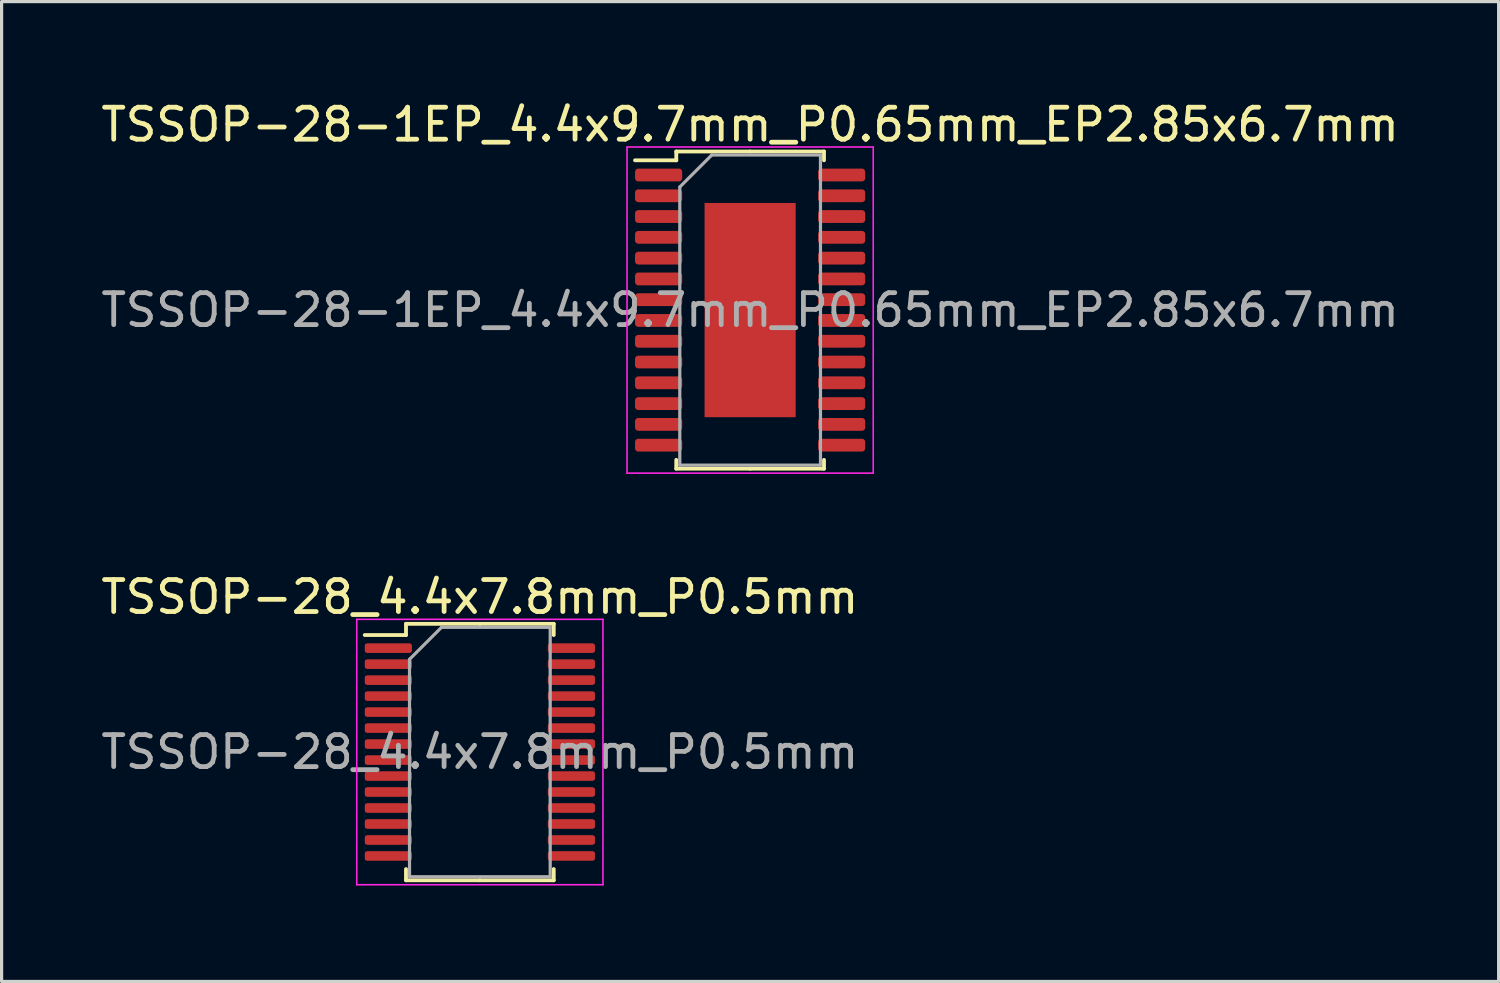
<source format=kicad_pcb>
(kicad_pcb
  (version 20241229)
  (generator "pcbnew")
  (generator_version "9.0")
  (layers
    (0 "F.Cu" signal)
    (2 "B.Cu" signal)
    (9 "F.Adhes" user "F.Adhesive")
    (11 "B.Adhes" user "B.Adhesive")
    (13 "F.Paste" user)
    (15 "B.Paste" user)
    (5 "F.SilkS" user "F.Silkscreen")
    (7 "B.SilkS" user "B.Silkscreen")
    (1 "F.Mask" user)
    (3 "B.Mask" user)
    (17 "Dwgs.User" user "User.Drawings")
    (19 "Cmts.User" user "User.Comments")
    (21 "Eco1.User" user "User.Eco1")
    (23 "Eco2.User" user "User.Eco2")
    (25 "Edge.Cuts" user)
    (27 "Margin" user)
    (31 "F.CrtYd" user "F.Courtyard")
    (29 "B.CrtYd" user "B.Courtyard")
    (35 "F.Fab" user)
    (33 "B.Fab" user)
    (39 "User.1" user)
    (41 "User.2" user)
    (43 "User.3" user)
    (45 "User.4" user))
  (footprint "TSSOP-28-1EP_4.4x9.7mm_P0.65mm_EP2.85x6.7mm"
    (layer "F.Cu")
    (at 20.411 6.648)
    (property "Reference" "TSSOP-28-1EP_4.4x9.7mm_P0.65mm_EP2.85x6.7mm" (at 0 -5.8 0) (layer "F.SilkS") (effects (font (size 1 1) (thickness 0.15))))
    (attr smd)
    (fp_line (start -2.31 -4.96) (end -2.31 -4.685) (stroke (width 0.12) (type solid)) (layer "F.SilkS"))
    (fp_line (start -2.31 -4.685) (end -3.6 -4.685) (stroke (width 0.12) (type solid)) (layer "F.SilkS"))
    (fp_line (start -2.31 4.96) (end -2.31 4.685) (stroke (width 0.12) (type solid)) (layer "F.SilkS"))
    (fp_line (start 0 -4.96) (end -2.31 -4.96) (stroke (width 0.12) (type solid)) (layer "F.SilkS"))
    (fp_line (start 0 -4.96) (end 2.31 -4.96) (stroke (width 0.12) (type solid)) (layer "F.SilkS"))
    (fp_line (start 0 4.96) (end -2.31 4.96) (stroke (width 0.12) (type solid)) (layer "F.SilkS"))
    (fp_line (start 0 4.96) (end 2.31 4.96) (stroke (width 0.12) (type solid)) (layer "F.SilkS"))
    (fp_line (start 2.31 -4.96) (end 2.31 -4.685) (stroke (width 0.12) (type solid)) (layer "F.SilkS"))
    (fp_line (start 2.31 4.96) (end 2.31 4.685) (stroke (width 0.12) (type solid)) (layer "F.SilkS"))
    (fp_line (start -3.85 -5.1) (end -3.85 5.1) (stroke (width 0.05) (type solid)) (layer "F.CrtYd"))
    (fp_line (start -3.85 5.1) (end 3.85 5.1) (stroke (width 0.05) (type solid)) (layer "F.CrtYd"))
    (fp_line (start 3.85 -5.1) (end -3.85 -5.1) (stroke (width 0.05) (type solid)) (layer "F.CrtYd"))
    (fp_line (start 3.85 5.1) (end 3.85 -5.1) (stroke (width 0.05) (type solid)) (layer "F.CrtYd"))
    (fp_line (start -2.2 -3.85) (end -1.2 -4.85) (stroke (width 0.1) (type solid)) (layer "F.Fab"))
    (fp_line (start -2.2 4.85) (end -2.2 -3.85) (stroke (width 0.1) (type solid)) (layer "F.Fab"))
    (fp_line (start -1.2 -4.85) (end 2.2 -4.85) (stroke (width 0.1) (type solid)) (layer "F.Fab"))
    (fp_line (start 2.2 -4.85) (end 2.2 4.85) (stroke (width 0.1) (type solid)) (layer "F.Fab"))
    (fp_line (start 2.2 4.85) (end -2.2 4.85) (stroke (width 0.1) (type solid)) (layer "F.Fab"))
    (fp_text user "${REFERENCE}" (at 0 0 0) (layer "F.Fab") (effects (font (size 1 1) (thickness 0.15))))
    (pad "" smd roundrect (at -0.71 -2.23) (size 1.15 1.8) (layers "F.Paste") (roundrect_rratio 0.217))
    (pad "" smd roundrect (at -0.71 0) (size 1.15 1.8) (layers "F.Paste") (roundrect_rratio 0.217))
    (pad "" smd roundrect (at -0.71 2.23) (size 1.15 1.8) (layers "F.Paste") (roundrect_rratio 0.217))
    (pad "" smd roundrect (at 0.71 -2.23) (size 1.15 1.8) (layers "F.Paste") (roundrect_rratio 0.217))
    (pad "" smd roundrect (at 0.71 0) (size 1.15 1.8) (layers "F.Paste") (roundrect_rratio 0.217))
    (pad "" smd roundrect (at 0.71 2.23) (size 1.15 1.8) (layers "F.Paste") (roundrect_rratio 0.217))
    (pad "1" smd roundrect (at -2.862 -4.225) (size 1.475 0.4) (layers "F.Cu" "F.Mask" "F.Paste") (roundrect_rratio 0.25))
    (pad "2" smd roundrect (at -2.862 -3.575) (size 1.475 0.4) (layers "F.Cu" "F.Mask" "F.Paste") (roundrect_rratio 0.25))
    (pad "3" smd roundrect (at -2.862 -2.925) (size 1.475 0.4) (layers "F.Cu" "F.Mask" "F.Paste") (roundrect_rratio 0.25))
    (pad "4" smd roundrect (at -2.862 -2.275) (size 1.475 0.4) (layers "F.Cu" "F.Mask" "F.Paste") (roundrect_rratio 0.25))
    (pad "5" smd roundrect (at -2.862 -1.625) (size 1.475 0.4) (layers "F.Cu" "F.Mask" "F.Paste") (roundrect_rratio 0.25))
    (pad "6" smd roundrect (at -2.862 -0.975) (size 1.475 0.4) (layers "F.Cu" "F.Mask" "F.Paste") (roundrect_rratio 0.25))
    (pad "7" smd roundrect (at -2.862 -0.325) (size 1.475 0.4) (layers "F.Cu" "F.Mask" "F.Paste") (roundrect_rratio 0.25))
    (pad "8" smd roundrect (at -2.862 0.325) (size 1.475 0.4) (layers "F.Cu" "F.Mask" "F.Paste") (roundrect_rratio 0.25))
    (pad "9" smd roundrect (at -2.862 0.975) (size 1.475 0.4) (layers "F.Cu" "F.Mask" "F.Paste") (roundrect_rratio 0.25))
    (pad "10" smd roundrect (at -2.862 1.625) (size 1.475 0.4) (layers "F.Cu" "F.Mask" "F.Paste") (roundrect_rratio 0.25))
    (pad "11" smd roundrect (at -2.862 2.275) (size 1.475 0.4) (layers "F.Cu" "F.Mask" "F.Paste") (roundrect_rratio 0.25))
    (pad "12" smd roundrect (at -2.862 2.925) (size 1.475 0.4) (layers "F.Cu" "F.Mask" "F.Paste") (roundrect_rratio 0.25))
    (pad "13" smd roundrect (at -2.862 3.575) (size 1.475 0.4) (layers "F.Cu" "F.Mask" "F.Paste") (roundrect_rratio 0.25))
    (pad "14" smd roundrect (at -2.862 4.225) (size 1.475 0.4) (layers "F.Cu" "F.Mask" "F.Paste") (roundrect_rratio 0.25))
    (pad "15" smd roundrect (at 2.862 4.225) (size 1.475 0.4) (layers "F.Cu" "F.Mask" "F.Paste") (roundrect_rratio 0.25))
    (pad "16" smd roundrect (at 2.862 3.575) (size 1.475 0.4) (layers "F.Cu" "F.Mask" "F.Paste") (roundrect_rratio 0.25))
    (pad "17" smd roundrect (at 2.862 2.925) (size 1.475 0.4) (layers "F.Cu" "F.Mask" "F.Paste") (roundrect_rratio 0.25))
    (pad "18" smd roundrect (at 2.862 2.275) (size 1.475 0.4) (layers "F.Cu" "F.Mask" "F.Paste") (roundrect_rratio 0.25))
    (pad "19" smd roundrect (at 2.862 1.625) (size 1.475 0.4) (layers "F.Cu" "F.Mask" "F.Paste") (roundrect_rratio 0.25))
    (pad "20" smd roundrect (at 2.862 0.975) (size 1.475 0.4) (layers "F.Cu" "F.Mask" "F.Paste") (roundrect_rratio 0.25))
    (pad "21" smd roundrect (at 2.862 0.325) (size 1.475 0.4) (layers "F.Cu" "F.Mask" "F.Paste") (roundrect_rratio 0.25))
    (pad "22" smd roundrect (at 2.862 -0.325) (size 1.475 0.4) (layers "F.Cu" "F.Mask" "F.Paste") (roundrect_rratio 0.25))
    (pad "23" smd roundrect (at 2.862 -0.975) (size 1.475 0.4) (layers "F.Cu" "F.Mask" "F.Paste") (roundrect_rratio 0.25))
    (pad "24" smd roundrect (at 2.862 -1.625) (size 1.475 0.4) (layers "F.Cu" "F.Mask" "F.Paste") (roundrect_rratio 0.25))
    (pad "25" smd roundrect (at 2.862 -2.275) (size 1.475 0.4) (layers "F.Cu" "F.Mask" "F.Paste") (roundrect_rratio 0.25))
    (pad "26" smd roundrect (at 2.862 -2.925) (size 1.475 0.4) (layers "F.Cu" "F.Mask" "F.Paste") (roundrect_rratio 0.25))
    (pad "27" smd roundrect (at 2.862 -3.575) (size 1.475 0.4) (layers "F.Cu" "F.Mask" "F.Paste") (roundrect_rratio 0.25))
    (pad "28" smd roundrect (at 2.862 -4.225) (size 1.475 0.4) (layers "F.Cu" "F.Mask" "F.Paste") (roundrect_rratio 0.25))
    (pad "29" smd rect (at 0 0) (size 2.85 6.7) (layers "F.Cu" "F.Mask")))
  (footprint "TSSOP-28_4.4x7.8mm_P0.5mm"
    (layer "F.Cu")
    (at 11.958 20.471)
    (property "Reference" "TSSOP-28_4.4x7.8mm_P0.5mm" (at 0 -4.85 0) (layer "F.SilkS") (effects (font (size 1 1) (thickness 0.15))))
    (attr smd)
    (fp_line (start -2.31 -4.01) (end -2.31 -3.66) (stroke (width 0.12) (type solid)) (layer "F.SilkS"))
    (fp_line (start -2.31 -3.66) (end -3.6 -3.66) (stroke (width 0.12) (type solid)) (layer "F.SilkS"))
    (fp_line (start -2.31 4.01) (end -2.31 3.66) (stroke (width 0.12) (type solid)) (layer "F.SilkS"))
    (fp_line (start 0 -4.01) (end -2.31 -4.01) (stroke (width 0.12) (type solid)) (layer "F.SilkS"))
    (fp_line (start 0 -4.01) (end 2.31 -4.01) (stroke (width 0.12) (type solid)) (layer "F.SilkS"))
    (fp_line (start 0 4.01) (end -2.31 4.01) (stroke (width 0.12) (type solid)) (layer "F.SilkS"))
    (fp_line (start 0 4.01) (end 2.31 4.01) (stroke (width 0.12) (type solid)) (layer "F.SilkS"))
    (fp_line (start 2.31 -4.01) (end 2.31 -3.66) (stroke (width 0.12) (type solid)) (layer "F.SilkS"))
    (fp_line (start 2.31 4.01) (end 2.31 3.66) (stroke (width 0.12) (type solid)) (layer "F.SilkS"))
    (fp_line (start -3.85 -4.15) (end -3.85 4.15) (stroke (width 0.05) (type solid)) (layer "F.CrtYd"))
    (fp_line (start -3.85 4.15) (end 3.85 4.15) (stroke (width 0.05) (type solid)) (layer "F.CrtYd"))
    (fp_line (start 3.85 -4.15) (end -3.85 -4.15) (stroke (width 0.05) (type solid)) (layer "F.CrtYd"))
    (fp_line (start 3.85 4.15) (end 3.85 -4.15) (stroke (width 0.05) (type solid)) (layer "F.CrtYd"))
    (fp_line (start -2.2 -2.9) (end -1.2 -3.9) (stroke (width 0.1) (type solid)) (layer "F.Fab"))
    (fp_line (start -2.2 3.9) (end -2.2 -2.9) (stroke (width 0.1) (type solid)) (layer "F.Fab"))
    (fp_line (start -1.2 -3.9) (end 2.2 -3.9) (stroke (width 0.1) (type solid)) (layer "F.Fab"))
    (fp_line (start 2.2 -3.9) (end 2.2 3.9) (stroke (width 0.1) (type solid)) (layer "F.Fab"))
    (fp_line (start 2.2 3.9) (end -2.2 3.9) (stroke (width 0.1) (type solid)) (layer "F.Fab"))
    (fp_text user "${REFERENCE}" (at 0 0 0) (layer "F.Fab") (effects (font (size 1 1) (thickness 0.15))))
    (pad "1" smd roundrect (at -2.862 -3.25) (size 1.475 0.3) (layers "F.Cu" "F.Mask" "F.Paste") (roundrect_rratio 0.25))
    (pad "2" smd roundrect (at -2.862 -2.75) (size 1.475 0.3) (layers "F.Cu" "F.Mask" "F.Paste") (roundrect_rratio 0.25))
    (pad "3" smd roundrect (at -2.862 -2.25) (size 1.475 0.3) (layers "F.Cu" "F.Mask" "F.Paste") (roundrect_rratio 0.25))
    (pad "4" smd roundrect (at -2.862 -1.75) (size 1.475 0.3) (layers "F.Cu" "F.Mask" "F.Paste") (roundrect_rratio 0.25))
    (pad "5" smd roundrect (at -2.862 -1.25) (size 1.475 0.3) (layers "F.Cu" "F.Mask" "F.Paste") (roundrect_rratio 0.25))
    (pad "6" smd roundrect (at -2.862 -0.75) (size 1.475 0.3) (layers "F.Cu" "F.Mask" "F.Paste") (roundrect_rratio 0.25))
    (pad "7" smd roundrect (at -2.862 -0.25) (size 1.475 0.3) (layers "F.Cu" "F.Mask" "F.Paste") (roundrect_rratio 0.25))
    (pad "8" smd roundrect (at -2.862 0.25) (size 1.475 0.3) (layers "F.Cu" "F.Mask" "F.Paste") (roundrect_rratio 0.25))
    (pad "9" smd roundrect (at -2.862 0.75) (size 1.475 0.3) (layers "F.Cu" "F.Mask" "F.Paste") (roundrect_rratio 0.25))
    (pad "10" smd roundrect (at -2.862 1.25) (size 1.475 0.3) (layers "F.Cu" "F.Mask" "F.Paste") (roundrect_rratio 0.25))
    (pad "11" smd roundrect (at -2.862 1.75) (size 1.475 0.3) (layers "F.Cu" "F.Mask" "F.Paste") (roundrect_rratio 0.25))
    (pad "12" smd roundrect (at -2.862 2.25) (size 1.475 0.3) (layers "F.Cu" "F.Mask" "F.Paste") (roundrect_rratio 0.25))
    (pad "13" smd roundrect (at -2.862 2.75) (size 1.475 0.3) (layers "F.Cu" "F.Mask" "F.Paste") (roundrect_rratio 0.25))
    (pad "14" smd roundrect (at -2.862 3.25) (size 1.475 0.3) (layers "F.Cu" "F.Mask" "F.Paste") (roundrect_rratio 0.25))
    (pad "15" smd roundrect (at 2.862 3.25) (size 1.475 0.3) (layers "F.Cu" "F.Mask" "F.Paste") (roundrect_rratio 0.25))
    (pad "16" smd roundrect (at 2.862 2.75) (size 1.475 0.3) (layers "F.Cu" "F.Mask" "F.Paste") (roundrect_rratio 0.25))
    (pad "17" smd roundrect (at 2.862 2.25) (size 1.475 0.3) (layers "F.Cu" "F.Mask" "F.Paste") (roundrect_rratio 0.25))
    (pad "18" smd roundrect (at 2.862 1.75) (size 1.475 0.3) (layers "F.Cu" "F.Mask" "F.Paste") (roundrect_rratio 0.25))
    (pad "19" smd roundrect (at 2.862 1.25) (size 1.475 0.3) (layers "F.Cu" "F.Mask" "F.Paste") (roundrect_rratio 0.25))
    (pad "20" smd roundrect (at 2.862 0.75) (size 1.475 0.3) (layers "F.Cu" "F.Mask" "F.Paste") (roundrect_rratio 0.25))
    (pad "21" smd roundrect (at 2.862 0.25) (size 1.475 0.3) (layers "F.Cu" "F.Mask" "F.Paste") (roundrect_rratio 0.25))
    (pad "22" smd roundrect (at 2.862 -0.25) (size 1.475 0.3) (layers "F.Cu" "F.Mask" "F.Paste") (roundrect_rratio 0.25))
    (pad "23" smd roundrect (at 2.862 -0.75) (size 1.475 0.3) (layers "F.Cu" "F.Mask" "F.Paste") (roundrect_rratio 0.25))
    (pad "24" smd roundrect (at 2.862 -1.25) (size 1.475 0.3) (layers "F.Cu" "F.Mask" "F.Paste") (roundrect_rratio 0.25))
    (pad "25" smd roundrect (at 2.862 -1.75) (size 1.475 0.3) (layers "F.Cu" "F.Mask" "F.Paste") (roundrect_rratio 0.25))
    (pad "26" smd roundrect (at 2.862 -2.25) (size 1.475 0.3) (layers "F.Cu" "F.Mask" "F.Paste") (roundrect_rratio 0.25))
    (pad "27" smd roundrect (at 2.862 -2.75) (size 1.475 0.3) (layers "F.Cu" "F.Mask" "F.Paste") (roundrect_rratio 0.25))
    (pad "28" smd roundrect (at 2.862 -3.25) (size 1.475 0.3) (layers "F.Cu" "F.Mask" "F.Paste") (roundrect_rratio 0.25)))
  (gr_rect
    (start -3 -3)
    (end 43.821 27.646)
    (stroke (width 0.1) (type default))
    (fill no)
    (layer "Edge.Cuts")))
</source>
